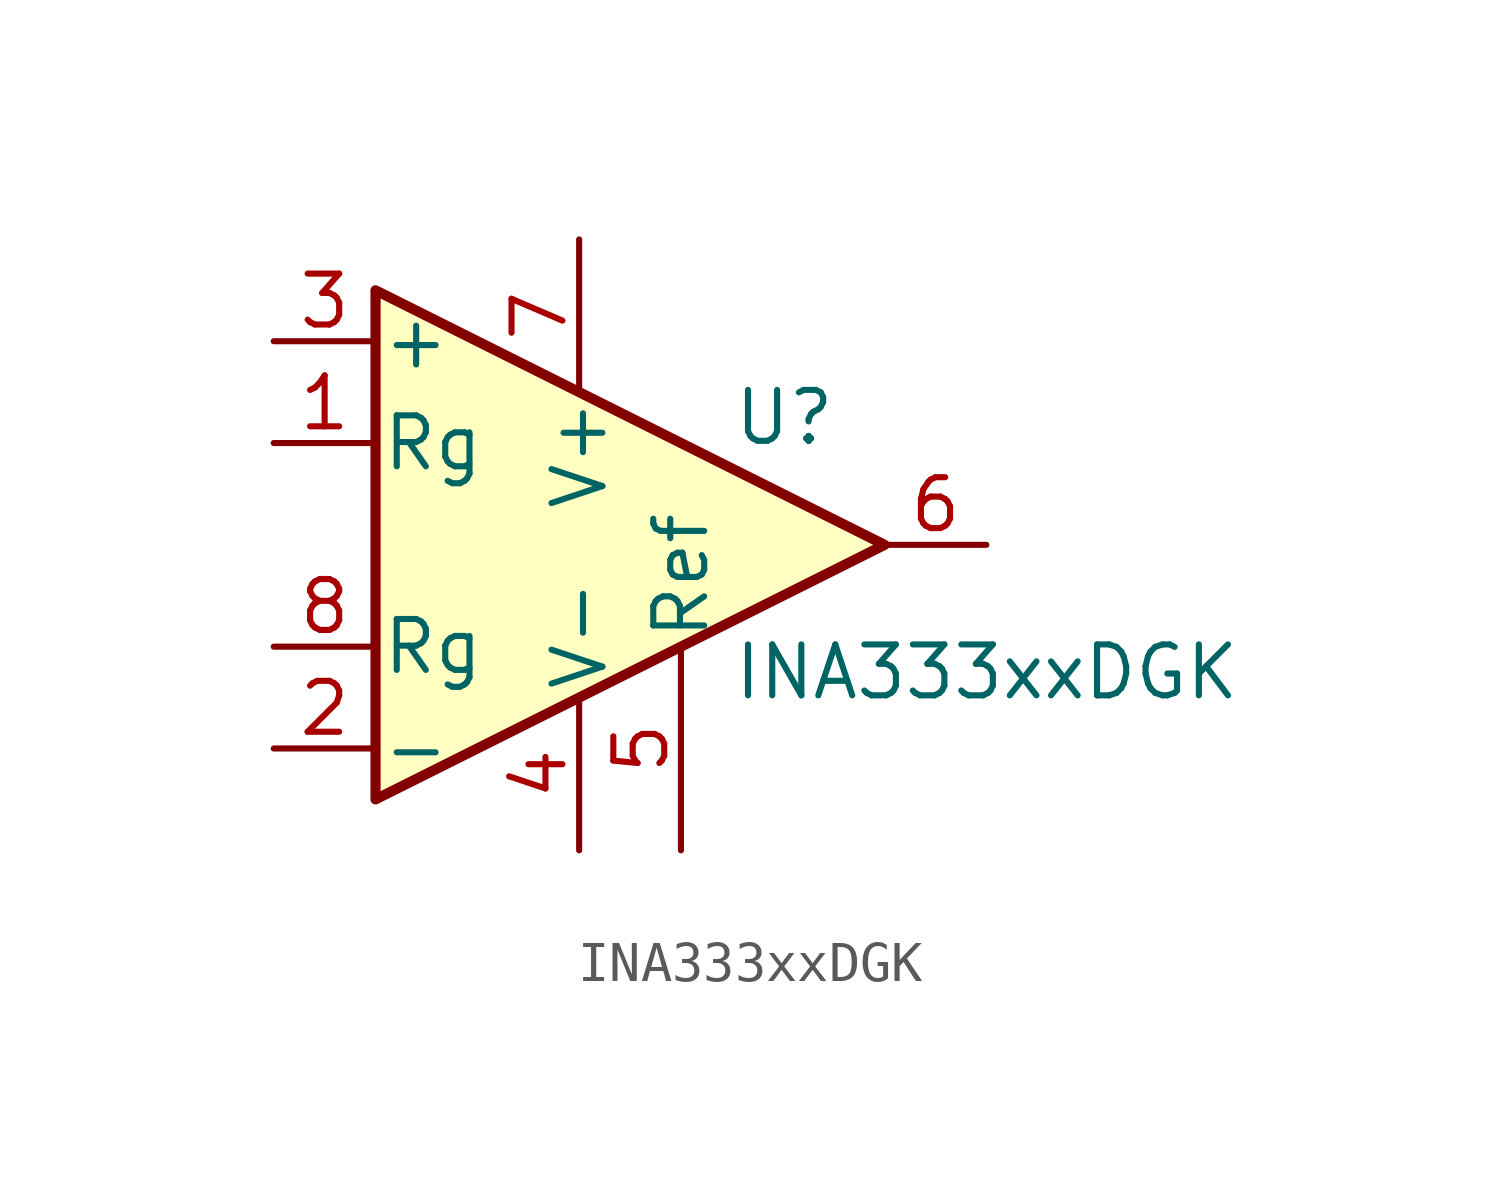
<source format=kicad_sym>
(kicad_symbol_lib
  (version 20201005)
  (generator kicad_symbol_editor)
  (symbol "INA333xxDGK"
    (pin_names
      (offset 0.127))
    (property "Reference" "U"
      (at 3.81 3.175 0)
      (effects (font (size 1.27 1.27)) (justify left)))
    (property "Value" "INA333xxDGK"
      (at 3.81 -3.175 0)
      (effects (font (size 1.27 1.27)) (justify left)))
    (symbol "INA333xxDGK_0_1"
      (polyline (pts (xy 7.62 0) (xy -5.08 6.35) (xy -5.08 -6.35) (xy 7.62 0)) (stroke (width 0.254)) (fill (type background))))
    (symbol "INA333xxDGK_1_1"
      (pin passive line (at -7.62 2.54 0) (length 2.54) (name "Rg" (effects (font (size 1.27 1.27)))) (number "1" (effects (font (size 1.27 1.27)))))
      (pin input line (at -7.62 -5.08 0) (length 2.54) (name "-" (effects (font (size 1.27 1.27)))) (number "2" (effects (font (size 1.27 1.27)))))
      (pin input line (at -7.62 5.08 0) (length 2.54) (name "+" (effects (font (size 1.27 1.27)))) (number "3" (effects (font (size 1.27 1.27)))))
      (pin power_in line (at 0 -7.62 90) (length 3.81) (name "V-" (effects (font (size 1.27 1.27)))) (number "4" (effects (font (size 1.27 1.27)))))
      (pin input line (at 2.54 -7.62 90) (length 5.08) (name "Ref" (effects (font (size 1.27 1.27)))) (number "5" (effects (font (size 1.27 1.27)))))
      (pin output line (at 10.16 0 180) (length 2.54) (name "~" (effects (font (size 1.27 1.27)))) (number "6" (effects (font (size 1.27 1.27)))))
      (pin power_in line (at 0 7.62 270) (length 3.81) (name "V+" (effects (font (size 1.27 1.27)))) (number "7" (effects (font (size 1.27 1.27)))))
      (pin passive line (at -7.62 -2.54 0) (length 2.54) (name "Rg" (effects (font (size 1.27 1.27)))) (number "8" (effects (font (size 1.27 1.27))))))))
</source>
